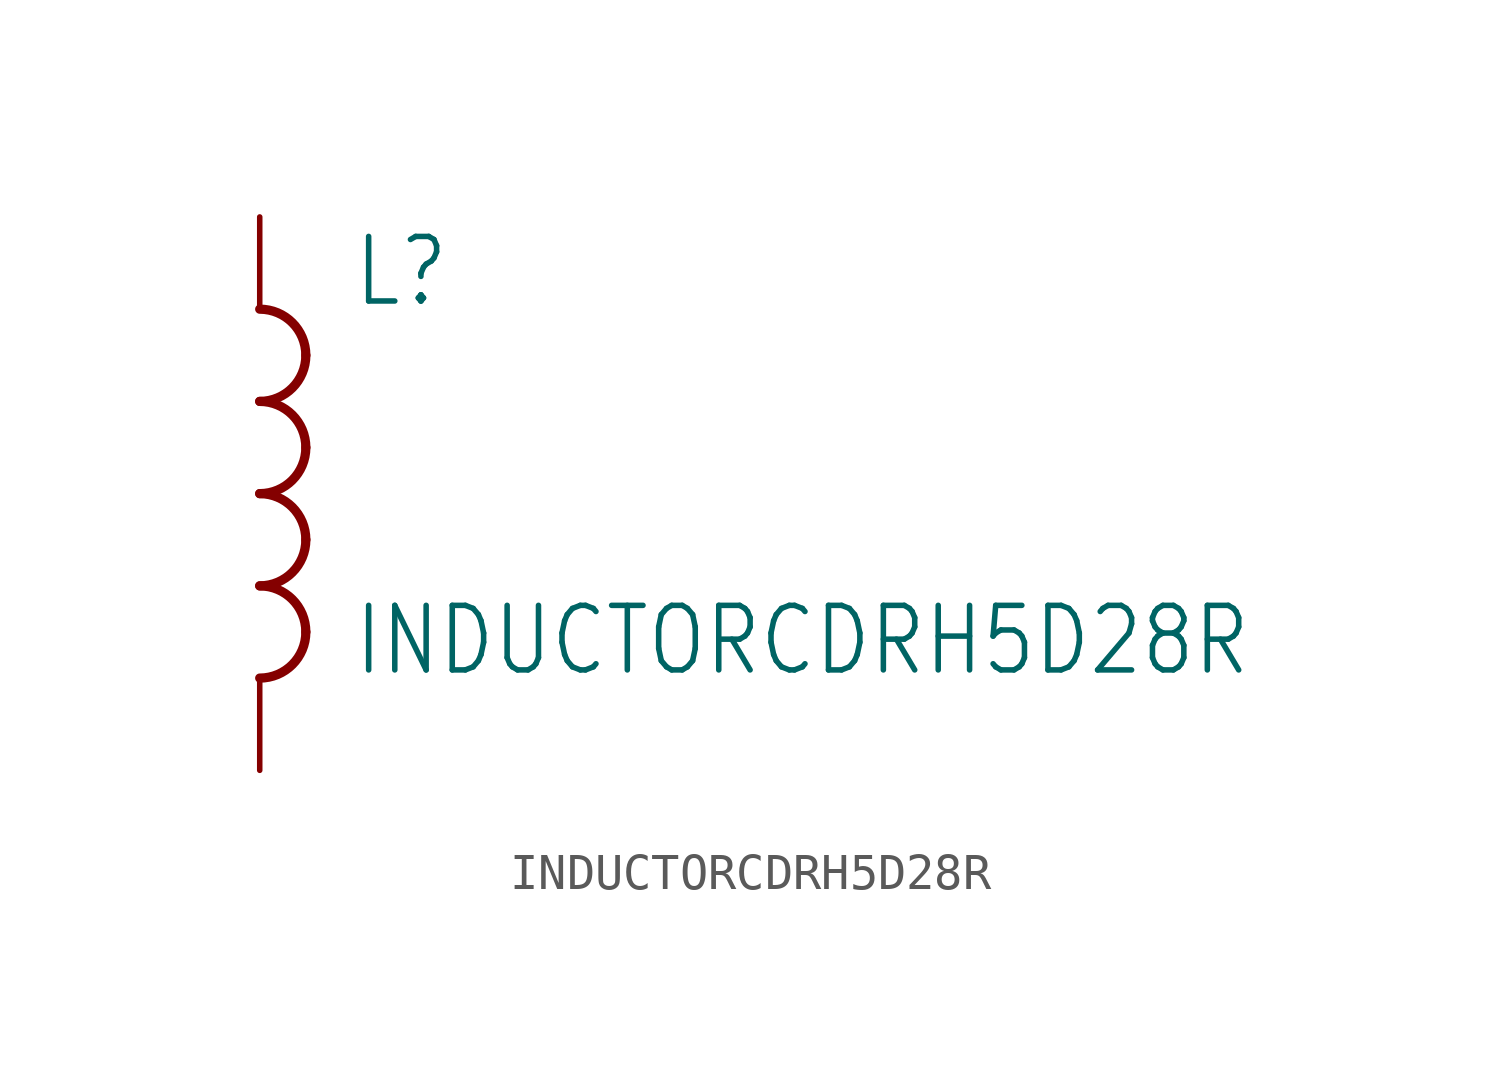
<source format=kicad_sym>
(kicad_symbol_lib
  (version 20211014)
  (generator kicad_symbol_editor)
  (symbol "INDUCTORCDRH5D28R"
    (property "Reference" "L"
      (at 2.54 5.08 0)
      (effects (font (size 1.778 1.511)) (justify left bottom)))
    (property "Value" "INDUCTORCDRH5D28R"
      (at 2.54 -5.08 0)
      (effects (font (size 1.778 1.511)) (justify left bottom)))
    (property "ki_locked" ""
      (at 0 0 0)
      (effects (font (size 1.27 1.27))))
    (symbol "INDUCTORCDRH5D28R_1_0"
      (arc (start 0 -5.08) (mid 0.898 -4.708) (end 1.27 -3.81) (stroke (width 0.254) (type default) (color 0 0 0 0)) (fill (type none)))
      (arc (start 0 -2.54) (mid 0.898 -2.168) (end 1.27 -1.27) (stroke (width 0.254) (type default) (color 0 0 0 0)) (fill (type none)))
      (arc (start 0 0) (mid 0.898 0.372) (end 1.27 1.27) (stroke (width 0.254) (type default) (color 0 0 0 0)) (fill (type none)))
      (arc (start 0 2.54) (mid 0.898 2.912) (end 1.27 3.81) (stroke (width 0.254) (type default) (color 0 0 0 0)) (fill (type none)))
      (arc (start 1.27 -3.81) (mid 0.898 -2.912) (end 0 -2.54) (stroke (width 0.254) (type default) (color 0 0 0 0)) (fill (type none)))
      (arc (start 1.27 -1.27) (mid 0.898 -0.372) (end 0 0) (stroke (width 0.254) (type default) (color 0 0 0 0)) (fill (type none)))
      (arc (start 1.27 1.27) (mid 0.898 2.168) (end 0 2.54) (stroke (width 0.254) (type default) (color 0 0 0 0)) (fill (type none)))
      (arc (start 1.27 3.81) (mid 0.898 4.708) (end 0 5.08) (stroke (width 0.254) (type default) (color 0 0 0 0)) (fill (type none)))
      (pin passive line (at 0 7.62 270) (length 2.54) (name "1" (effects (font (size 0 0)))) (number "P$1" (effects (font (size 0 0)))))
      (pin passive line (at 0 -7.62 90) (length 2.54) (name "2" (effects (font (size 0 0)))) (number "P$2" (effects (font (size 0 0))))))))
</source>
